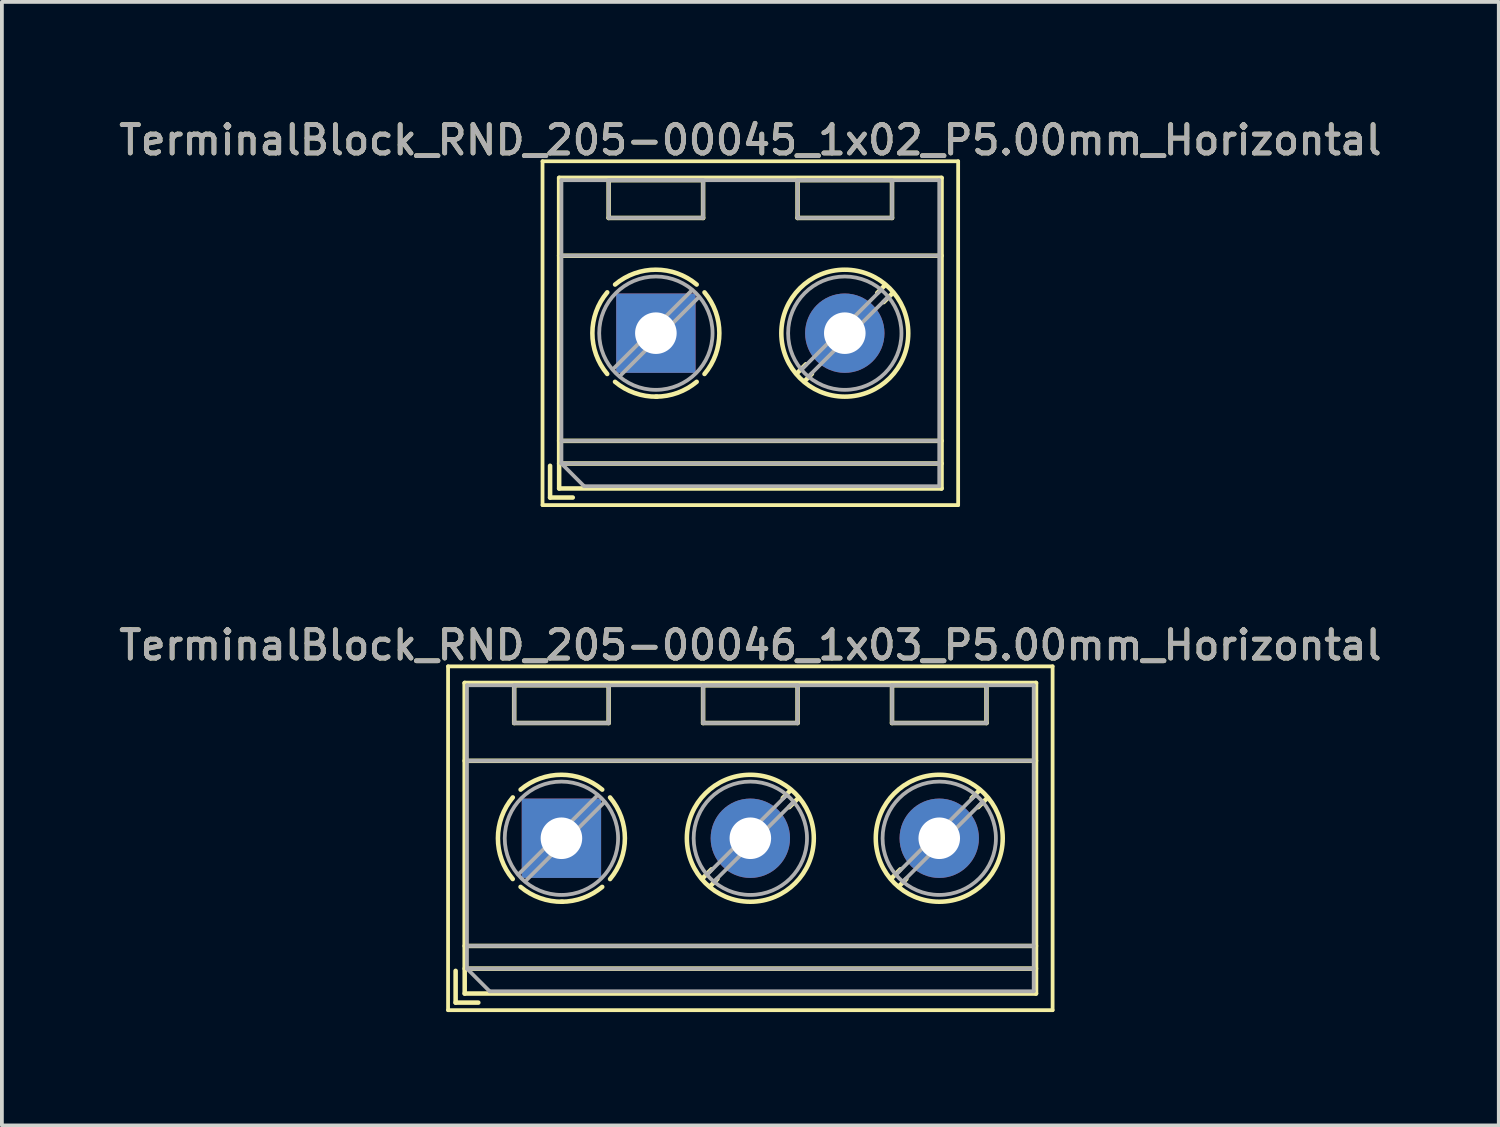
<source format=kicad_pcb>
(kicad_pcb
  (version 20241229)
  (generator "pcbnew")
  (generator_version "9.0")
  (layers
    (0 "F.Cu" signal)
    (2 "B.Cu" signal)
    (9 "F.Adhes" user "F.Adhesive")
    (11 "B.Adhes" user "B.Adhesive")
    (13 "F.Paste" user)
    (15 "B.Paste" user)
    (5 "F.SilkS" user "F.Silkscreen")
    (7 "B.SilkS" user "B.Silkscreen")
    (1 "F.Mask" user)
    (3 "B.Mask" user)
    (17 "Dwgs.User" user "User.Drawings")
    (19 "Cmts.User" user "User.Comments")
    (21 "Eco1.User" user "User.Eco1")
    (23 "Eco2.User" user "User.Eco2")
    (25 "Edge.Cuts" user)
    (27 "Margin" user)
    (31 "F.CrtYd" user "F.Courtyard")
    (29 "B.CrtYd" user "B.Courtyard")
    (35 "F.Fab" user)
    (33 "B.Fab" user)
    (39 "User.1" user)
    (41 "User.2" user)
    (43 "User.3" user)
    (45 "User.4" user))
  (footprint "TerminalBlock_RND_205-00046_1x03_P5.00mm_Horizontal"
    (layer "F.Cu")
    (at 11.809 19.136)
    (property "Reference" "TerminalBlock_RND_205-00046_1x03_P5.00mm_Horizontal" (at 5 -5.11 0) (layer "F.SilkS") (effects (font (size 0.75 0.75) (thickness 0.125))))
    (attr through_hole)
    (fp_line (start -3 -4.55) (end -3 4.55) (stroke (width 0.1) (type solid)) (layer "F.SilkS"))
    (fp_line (start -3 4.55) (end 13 4.55) (stroke (width 0.1) (type solid)) (layer "F.SilkS"))
    (fp_line (start -2.8 3.51) (end -2.8 4.35) (stroke (width 0.12) (type solid)) (layer "F.SilkS"))
    (fp_line (start -2.8 4.35) (end -2.2 4.35) (stroke (width 0.12) (type solid)) (layer "F.SilkS"))
    (fp_line (start -2.56 -4.11) (end -2.56 4.11) (stroke (width 0.12) (type solid)) (layer "F.SilkS"))
    (fp_line (start -2.56 -4.11) (end 12.56 -4.11) (stroke (width 0.12) (type solid)) (layer "F.SilkS"))
    (fp_line (start -2.56 -2.05) (end 12.56 -2.05) (stroke (width 0.12) (type solid)) (layer "F.SilkS"))
    (fp_line (start -2.56 2.85) (end 12.56 2.85) (stroke (width 0.12) (type solid)) (layer "F.SilkS"))
    (fp_line (start -2.56 3.45) (end 12.56 3.45) (stroke (width 0.12) (type solid)) (layer "F.SilkS"))
    (fp_line (start -2.56 4.11) (end 12.56 4.11) (stroke (width 0.12) (type solid)) (layer "F.SilkS"))
    (fp_line (start -1.25 -4.05) (end -1.25 -3.05) (stroke (width 0.12) (type solid)) (layer "F.SilkS"))
    (fp_line (start -1.25 -4.05) (end 1.25 -4.05) (stroke (width 0.12) (type solid)) (layer "F.SilkS"))
    (fp_line (start -1.25 -3.05) (end 1.25 -3.05) (stroke (width 0.12) (type solid)) (layer "F.SilkS"))
    (fp_line (start 1.25 -4.05) (end 1.25 -3.05) (stroke (width 0.12) (type solid)) (layer "F.SilkS"))
    (fp_line (start 3.75 -4.05) (end 3.75 -3.05) (stroke (width 0.12) (type solid)) (layer "F.SilkS"))
    (fp_line (start 3.75 -4.05) (end 6.25 -4.05) (stroke (width 0.12) (type solid)) (layer "F.SilkS"))
    (fp_line (start 3.75 -3.05) (end 6.25 -3.05) (stroke (width 0.12) (type solid)) (layer "F.SilkS"))
    (fp_line (start 3.972 0.823) (end 3.726 1.069) (stroke (width 0.12) (type solid)) (layer "F.SilkS"))
    (fp_line (start 4.13 1.075) (end 3.931 1.274) (stroke (width 0.12) (type solid)) (layer "F.SilkS"))
    (fp_line (start 6.07 -1.275) (end 5.859 -1.064) (stroke (width 0.12) (type solid)) (layer "F.SilkS"))
    (fp_line (start 6.25 -4.05) (end 6.25 -3.05) (stroke (width 0.12) (type solid)) (layer "F.SilkS"))
    (fp_line (start 6.275 -1.069) (end 6.029 -0.823) (stroke (width 0.12) (type solid)) (layer "F.SilkS"))
    (fp_line (start 8.75 -4.05) (end 8.75 -3.05) (stroke (width 0.12) (type solid)) (layer "F.SilkS"))
    (fp_line (start 8.75 -4.05) (end 11.25 -4.05) (stroke (width 0.12) (type solid)) (layer "F.SilkS"))
    (fp_line (start 8.75 -3.05) (end 11.25 -3.05) (stroke (width 0.12) (type solid)) (layer "F.SilkS"))
    (fp_line (start 8.972 0.823) (end 8.726 1.069) (stroke (width 0.12) (type solid)) (layer "F.SilkS"))
    (fp_line (start 9.13 1.075) (end 8.931 1.274) (stroke (width 0.12) (type solid)) (layer "F.SilkS"))
    (fp_line (start 11.07 -1.275) (end 10.859 -1.064) (stroke (width 0.12) (type solid)) (layer "F.SilkS"))
    (fp_line (start 11.25 -4.05) (end 11.25 -3.05) (stroke (width 0.12) (type solid)) (layer "F.SilkS"))
    (fp_line (start 11.275 -1.069) (end 11.029 -0.823) (stroke (width 0.12) (type solid)) (layer "F.SilkS"))
    (fp_line (start 12.56 -4.11) (end 12.56 4.11) (stroke (width 0.12) (type solid)) (layer "F.SilkS"))
    (fp_line (start 13 -4.55) (end -3 -4.55) (stroke (width 0.1) (type solid)) (layer "F.SilkS"))
    (fp_line (start 13 4.55) (end 13 -4.55) (stroke (width 0.1) (type solid)) (layer "F.SilkS"))
    (fp_arc (start -1.288062 1.079734) (mid -1.680752 -0.000826) (end -1.287 -1.081) (stroke (width 0.12) (type solid)) (layer "F.SilkS"))
    (fp_arc (start -1.079908 -1.287078) (mid 0.00006 -1.68011) (end 1.08 -1.287) (stroke (width 0.12) (type solid)) (layer "F.SilkS"))
    (fp_arc (start 0.028507 1.680511) (mid -0.561826 1.584071) (end -1.081 1.287) (stroke (width 0.12) (type solid)) (layer "F.SilkS"))
    (fp_arc (start 1.079883 1.286955) (mid 0.574594 1.578684) (end 0 1.68) (stroke (width 0.12) (type solid)) (layer "F.SilkS"))
    (fp_arc (start 1.287078 -1.079908) (mid 1.68011 0.00006) (end 1.287 1.08) (stroke (width 0.12) (type solid)) (layer "F.SilkS"))
    (fp_circle (center 5 0) (end 6.68 0) (stroke (width 0.12) (type solid)) (fill no) (layer "F.SilkS"))
    (fp_circle (center 10 0) (end 11.68 0) (stroke (width 0.12) (type solid)) (fill no) (layer "F.SilkS"))
    (fp_line (start -2.5 -4.05) (end 12.5 -4.05) (stroke (width 0.1) (type solid)) (layer "F.Fab"))
    (fp_line (start -2.5 -2.05) (end 12.5 -2.05) (stroke (width 0.1) (type solid)) (layer "F.Fab"))
    (fp_line (start -2.5 2.85) (end 12.5 2.85) (stroke (width 0.1) (type solid)) (layer "F.Fab"))
    (fp_line (start -2.5 3.45) (end -2.5 -4.05) (stroke (width 0.1) (type solid)) (layer "F.Fab"))
    (fp_line (start -2.5 3.45) (end 12.5 3.45) (stroke (width 0.1) (type solid)) (layer "F.Fab"))
    (fp_line (start -1.9 4.05) (end -2.5 3.45) (stroke (width 0.1) (type solid)) (layer "F.Fab"))
    (fp_line (start -1.25 -4.05) (end -1.25 -3.05) (stroke (width 0.1) (type solid)) (layer "F.Fab"))
    (fp_line (start -1.25 -3.05) (end 1.25 -3.05) (stroke (width 0.1) (type solid)) (layer "F.Fab"))
    (fp_line (start 0.955 -1.138) (end -1.138 0.955) (stroke (width 0.1) (type solid)) (layer "F.Fab"))
    (fp_line (start 1.138 -0.955) (end -0.955 1.138) (stroke (width 0.1) (type solid)) (layer "F.Fab"))
    (fp_line (start 1.25 -4.05) (end -1.25 -4.05) (stroke (width 0.1) (type solid)) (layer "F.Fab"))
    (fp_line (start 1.25 -3.05) (end 1.25 -4.05) (stroke (width 0.1) (type solid)) (layer "F.Fab"))
    (fp_line (start 3.75 -4.05) (end 3.75 -3.05) (stroke (width 0.1) (type solid)) (layer "F.Fab"))
    (fp_line (start 3.75 -3.05) (end 6.25 -3.05) (stroke (width 0.1) (type solid)) (layer "F.Fab"))
    (fp_line (start 5.955 -1.138) (end 3.863 0.955) (stroke (width 0.1) (type solid)) (layer "F.Fab"))
    (fp_line (start 6.138 -0.955) (end 4.046 1.138) (stroke (width 0.1) (type solid)) (layer "F.Fab"))
    (fp_line (start 6.25 -4.05) (end 3.75 -4.05) (stroke (width 0.1) (type solid)) (layer "F.Fab"))
    (fp_line (start 6.25 -3.05) (end 6.25 -4.05) (stroke (width 0.1) (type solid)) (layer "F.Fab"))
    (fp_line (start 8.75 -4.05) (end 8.75 -3.05) (stroke (width 0.1) (type solid)) (layer "F.Fab"))
    (fp_line (start 8.75 -3.05) (end 11.25 -3.05) (stroke (width 0.1) (type solid)) (layer "F.Fab"))
    (fp_line (start 10.955 -1.138) (end 8.863 0.955) (stroke (width 0.1) (type solid)) (layer "F.Fab"))
    (fp_line (start 11.138 -0.955) (end 9.046 1.138) (stroke (width 0.1) (type solid)) (layer "F.Fab"))
    (fp_line (start 11.25 -4.05) (end 8.75 -4.05) (stroke (width 0.1) (type solid)) (layer "F.Fab"))
    (fp_line (start 11.25 -3.05) (end 11.25 -4.05) (stroke (width 0.1) (type solid)) (layer "F.Fab"))
    (fp_line (start 12.5 -4.05) (end 12.5 4.05) (stroke (width 0.1) (type solid)) (layer "F.Fab"))
    (fp_line (start 12.5 4.05) (end -1.9 4.05) (stroke (width 0.1) (type solid)) (layer "F.Fab"))
    (fp_circle (center 0 0) (end 1.5 0) (stroke (width 0.1) (type solid)) (fill no) (layer "F.Fab"))
    (fp_circle (center 5 0) (end 6.5 0) (stroke (width 0.1) (type solid)) (fill no) (layer "F.Fab"))
    (fp_circle (center 10 0) (end 11.5 0) (stroke (width 0.1) (type solid)) (fill no) (layer "F.Fab"))
    (fp_text user "${REFERENCE}" (at 5 -5.11 0) (layer "F.Fab") (effects (font (size 0.75 0.75) (thickness 0.125))))
    (pad "1" thru_hole rect (at 0 0) (size 2.1 2.1) (drill 1.1) (layers "*.Cu" "*.Mask"))
    (pad "2" thru_hole circle (at 5 0) (size 2.1 2.1) (drill 1.1) (layers "*.Cu" "*.Mask"))
    (pad "3" thru_hole circle (at 10 0) (size 2.1 2.1) (drill 1.1) (layers "*.Cu" "*.Mask")))
  (footprint "TerminalBlock_RND_205-00045_1x02_P5.00mm_Horizontal"
    (layer "F.Cu")
    (at 14.309 5.768)
    (property "Reference" "TerminalBlock_RND_205-00045_1x02_P5.00mm_Horizontal" (at 2.5 -5.11 0) (layer "F.SilkS") (effects (font (size 0.75 0.75) (thickness 0.125))))
    (attr through_hole)
    (fp_line (start -3 -4.55) (end -3 4.55) (stroke (width 0.1) (type solid)) (layer "F.SilkS"))
    (fp_line (start -3 4.55) (end 8 4.55) (stroke (width 0.1) (type solid)) (layer "F.SilkS"))
    (fp_line (start -2.8 3.51) (end -2.8 4.35) (stroke (width 0.12) (type solid)) (layer "F.SilkS"))
    (fp_line (start -2.8 4.35) (end -2.2 4.35) (stroke (width 0.12) (type solid)) (layer "F.SilkS"))
    (fp_line (start -2.56 -4.11) (end -2.56 4.11) (stroke (width 0.12) (type solid)) (layer "F.SilkS"))
    (fp_line (start -2.56 -4.11) (end 7.56 -4.11) (stroke (width 0.12) (type solid)) (layer "F.SilkS"))
    (fp_line (start -2.56 -2.05) (end 7.56 -2.05) (stroke (width 0.12) (type solid)) (layer "F.SilkS"))
    (fp_line (start -2.56 2.85) (end 7.56 2.85) (stroke (width 0.12) (type solid)) (layer "F.SilkS"))
    (fp_line (start -2.56 3.45) (end 7.56 3.45) (stroke (width 0.12) (type solid)) (layer "F.SilkS"))
    (fp_line (start -2.56 4.11) (end 7.56 4.11) (stroke (width 0.12) (type solid)) (layer "F.SilkS"))
    (fp_line (start -1.25 -4.05) (end -1.25 -3.05) (stroke (width 0.12) (type solid)) (layer "F.SilkS"))
    (fp_line (start -1.25 -4.05) (end 1.25 -4.05) (stroke (width 0.12) (type solid)) (layer "F.SilkS"))
    (fp_line (start -1.25 -3.05) (end 1.25 -3.05) (stroke (width 0.12) (type solid)) (layer "F.SilkS"))
    (fp_line (start 1.25 -4.05) (end 1.25 -3.05) (stroke (width 0.12) (type solid)) (layer "F.SilkS"))
    (fp_line (start 3.75 -4.05) (end 3.75 -3.05) (stroke (width 0.12) (type solid)) (layer "F.SilkS"))
    (fp_line (start 3.75 -4.05) (end 6.25 -4.05) (stroke (width 0.12) (type solid)) (layer "F.SilkS"))
    (fp_line (start 3.75 -3.05) (end 6.25 -3.05) (stroke (width 0.12) (type solid)) (layer "F.SilkS"))
    (fp_line (start 3.972 0.823) (end 3.726 1.069) (stroke (width 0.12) (type solid)) (layer "F.SilkS"))
    (fp_line (start 4.13 1.075) (end 3.931 1.274) (stroke (width 0.12) (type solid)) (layer "F.SilkS"))
    (fp_line (start 6.07 -1.275) (end 5.859 -1.064) (stroke (width 0.12) (type solid)) (layer "F.SilkS"))
    (fp_line (start 6.25 -4.05) (end 6.25 -3.05) (stroke (width 0.12) (type solid)) (layer "F.SilkS"))
    (fp_line (start 6.275 -1.069) (end 6.029 -0.823) (stroke (width 0.12) (type solid)) (layer "F.SilkS"))
    (fp_line (start 7.56 -4.11) (end 7.56 4.11) (stroke (width 0.12) (type solid)) (layer "F.SilkS"))
    (fp_line (start 8 -4.55) (end -3 -4.55) (stroke (width 0.1) (type solid)) (layer "F.SilkS"))
    (fp_line (start 8 4.55) (end 8 -4.55) (stroke (width 0.1) (type solid)) (layer "F.SilkS"))
    (fp_arc (start -1.288062 1.079734) (mid -1.680752 -0.000826) (end -1.287 -1.081) (stroke (width 0.12) (type solid)) (layer "F.SilkS"))
    (fp_arc (start -1.079908 -1.287078) (mid 0.00006 -1.68011) (end 1.08 -1.287) (stroke (width 0.12) (type solid)) (layer "F.SilkS"))
    (fp_arc (start 0.028507 1.680511) (mid -0.561826 1.584071) (end -1.081 1.287) (stroke (width 0.12) (type solid)) (layer "F.SilkS"))
    (fp_arc (start 1.079883 1.286955) (mid 0.574594 1.578684) (end 0 1.68) (stroke (width 0.12) (type solid)) (layer "F.SilkS"))
    (fp_arc (start 1.287078 -1.079908) (mid 1.68011 0.00006) (end 1.287 1.08) (stroke (width 0.12) (type solid)) (layer "F.SilkS"))
    (fp_circle (center 5 0) (end 6.68 0) (stroke (width 0.12) (type solid)) (fill no) (layer "F.SilkS"))
    (fp_line (start -2.5 -4.05) (end 7.5 -4.05) (stroke (width 0.1) (type solid)) (layer "F.Fab"))
    (fp_line (start -2.5 -2.05) (end 7.5 -2.05) (stroke (width 0.1) (type solid)) (layer "F.Fab"))
    (fp_line (start -2.5 2.85) (end 7.5 2.85) (stroke (width 0.1) (type solid)) (layer "F.Fab"))
    (fp_line (start -2.5 3.45) (end -2.5 -4.05) (stroke (width 0.1) (type solid)) (layer "F.Fab"))
    (fp_line (start -2.5 3.45) (end 7.5 3.45) (stroke (width 0.1) (type solid)) (layer "F.Fab"))
    (fp_line (start -1.9 4.05) (end -2.5 3.45) (stroke (width 0.1) (type solid)) (layer "F.Fab"))
    (fp_line (start -1.25 -4.05) (end -1.25 -3.05) (stroke (width 0.1) (type solid)) (layer "F.Fab"))
    (fp_line (start -1.25 -3.05) (end 1.25 -3.05) (stroke (width 0.1) (type solid)) (layer "F.Fab"))
    (fp_line (start 0.955 -1.138) (end -1.138 0.955) (stroke (width 0.1) (type solid)) (layer "F.Fab"))
    (fp_line (start 1.138 -0.955) (end -0.955 1.138) (stroke (width 0.1) (type solid)) (layer "F.Fab"))
    (fp_line (start 1.25 -4.05) (end -1.25 -4.05) (stroke (width 0.1) (type solid)) (layer "F.Fab"))
    (fp_line (start 1.25 -3.05) (end 1.25 -4.05) (stroke (width 0.1) (type solid)) (layer "F.Fab"))
    (fp_line (start 3.75 -4.05) (end 3.75 -3.05) (stroke (width 0.1) (type solid)) (layer "F.Fab"))
    (fp_line (start 3.75 -3.05) (end 6.25 -3.05) (stroke (width 0.1) (type solid)) (layer "F.Fab"))
    (fp_line (start 5.955 -1.138) (end 3.863 0.955) (stroke (width 0.1) (type solid)) (layer "F.Fab"))
    (fp_line (start 6.138 -0.955) (end 4.046 1.138) (stroke (width 0.1) (type solid)) (layer "F.Fab"))
    (fp_line (start 6.25 -4.05) (end 3.75 -4.05) (stroke (width 0.1) (type solid)) (layer "F.Fab"))
    (fp_line (start 6.25 -3.05) (end 6.25 -4.05) (stroke (width 0.1) (type solid)) (layer "F.Fab"))
    (fp_line (start 7.5 -4.05) (end 7.5 4.05) (stroke (width 0.1) (type solid)) (layer "F.Fab"))
    (fp_line (start 7.5 4.05) (end -1.9 4.05) (stroke (width 0.1) (type solid)) (layer "F.Fab"))
    (fp_circle (center 0 0) (end 1.5 0) (stroke (width 0.1) (type solid)) (fill no) (layer "F.Fab"))
    (fp_circle (center 5 0) (end 6.5 0) (stroke (width 0.1) (type solid)) (fill no) (layer "F.Fab"))
    (fp_text user "${REFERENCE}" (at 2.5 -5.11 0) (layer "F.Fab") (effects (font (size 0.75 0.75) (thickness 0.125))))
    (pad "1" thru_hole rect (at 0 0) (size 2.1 2.1) (drill 1.1) (layers "*.Cu" "*.Mask"))
    (pad "2" thru_hole circle (at 5 0) (size 2.1 2.1) (drill 1.1) (layers "*.Cu" "*.Mask")))
  (gr_rect
    (start -3 -3)
    (end 36.618 26.736)
    (stroke (width 0.1) (type default))
    (fill no)
    (layer "Edge.Cuts")))
</source>
